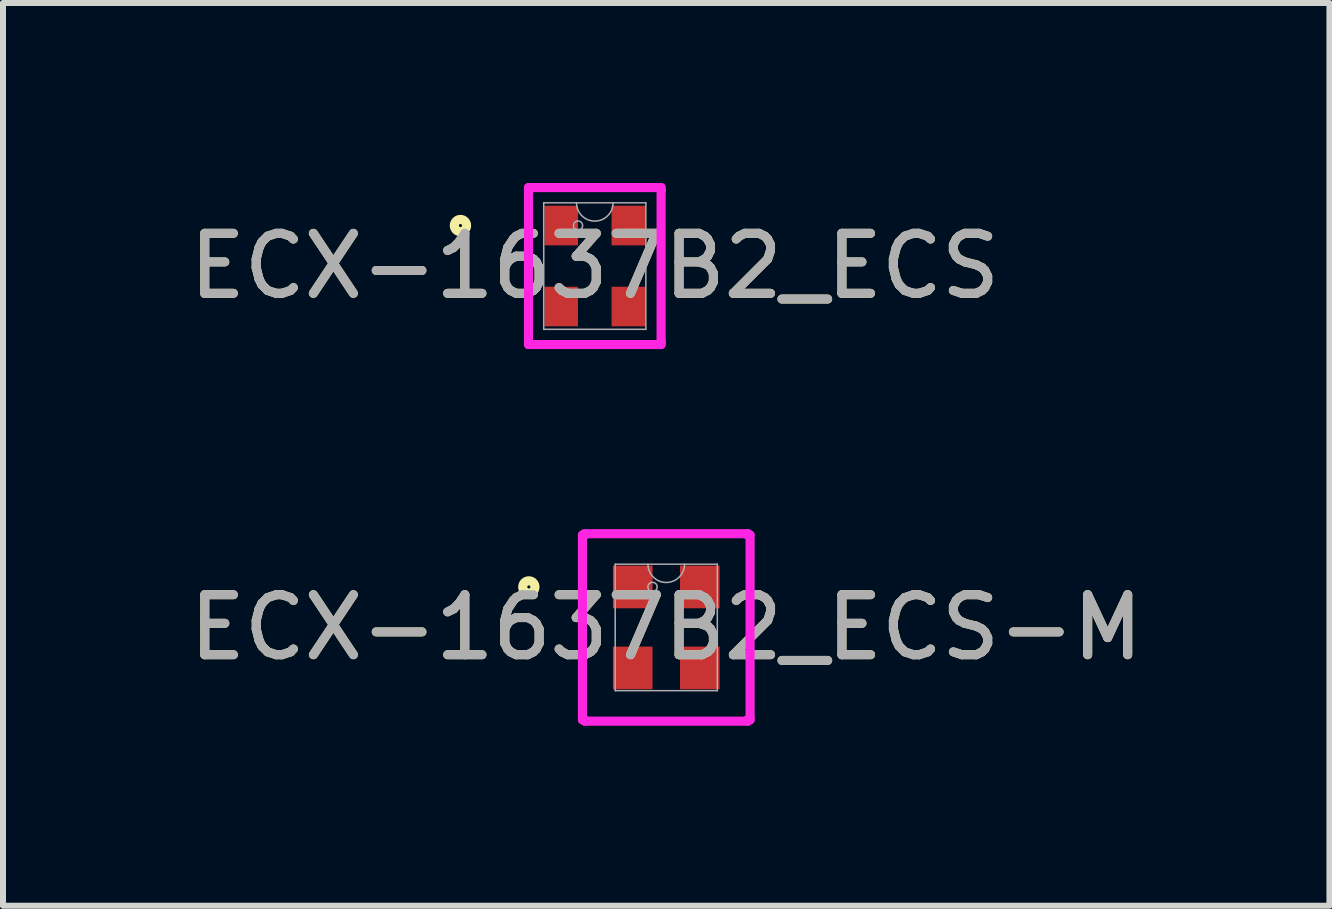
<source format=kicad_pcb>
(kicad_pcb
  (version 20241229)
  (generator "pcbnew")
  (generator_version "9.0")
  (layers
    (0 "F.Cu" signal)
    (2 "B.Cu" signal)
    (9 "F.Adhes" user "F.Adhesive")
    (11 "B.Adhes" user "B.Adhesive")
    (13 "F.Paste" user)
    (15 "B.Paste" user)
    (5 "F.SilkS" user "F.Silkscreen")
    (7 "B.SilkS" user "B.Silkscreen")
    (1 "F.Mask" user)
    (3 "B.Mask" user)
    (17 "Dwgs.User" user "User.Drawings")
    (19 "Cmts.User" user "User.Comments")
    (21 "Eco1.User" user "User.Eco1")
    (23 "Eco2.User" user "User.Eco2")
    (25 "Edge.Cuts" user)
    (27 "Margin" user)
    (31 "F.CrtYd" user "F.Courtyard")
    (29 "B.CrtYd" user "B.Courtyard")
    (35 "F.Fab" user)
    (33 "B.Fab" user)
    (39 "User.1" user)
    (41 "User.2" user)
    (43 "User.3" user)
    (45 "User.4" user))
  (footprint "ECX-1637B2_ECS"
    (layer "F.Cu")
    (at 6.863 1.384)
    (property "Reference" "ECX-1637B2_ECS" (at 0 0 0) (unlocked yes) (layer "F.SilkS") (effects (font (size 1 1) (thickness 0.15))))
    (attr smd)
    (fp_circle (center -2.239 -0.675) (end -2.137 -0.675) (stroke (width 0.152) (type solid)) (fill no) (layer "F.SilkS"))
    (fp_line (start -1.105 -1.308) (end 1.105 -1.308) (stroke (width 0.152) (type solid)) (layer "F.CrtYd"))
    (fp_line (start -1.105 -1.259) (end -1.105 -1.308) (stroke (width 0.152) (type solid)) (layer "F.CrtYd"))
    (fp_line (start -1.105 -1.259) (end -1.105 -1.259) (stroke (width 0.152) (type solid)) (layer "F.CrtYd"))
    (fp_line (start -1.105 1.259) (end -1.105 -1.259) (stroke (width 0.152) (type solid)) (layer "F.CrtYd"))
    (fp_line (start -1.105 1.259) (end -1.105 1.259) (stroke (width 0.152) (type solid)) (layer "F.CrtYd"))
    (fp_line (start -1.105 1.308) (end -1.105 1.259) (stroke (width 0.152) (type solid)) (layer "F.CrtYd"))
    (fp_line (start 1.105 -1.308) (end 1.105 -1.259) (stroke (width 0.152) (type solid)) (layer "F.CrtYd"))
    (fp_line (start 1.105 -1.259) (end 1.105 -1.259) (stroke (width 0.152) (type solid)) (layer "F.CrtYd"))
    (fp_line (start 1.105 -1.259) (end 1.105 1.259) (stroke (width 0.152) (type solid)) (layer "F.CrtYd"))
    (fp_line (start 1.105 1.259) (end 1.105 1.259) (stroke (width 0.152) (type solid)) (layer "F.CrtYd"))
    (fp_line (start 1.105 1.259) (end 1.105 1.308) (stroke (width 0.152) (type solid)) (layer "F.CrtYd"))
    (fp_line (start 1.105 1.308) (end -1.105 1.308) (stroke (width 0.152) (type solid)) (layer "F.CrtYd"))
    (fp_line (start -0.851 -1.054) (end -0.851 1.054) (stroke (width 0.025) (type solid)) (layer "F.Fab"))
    (fp_line (start -0.851 1.054) (end 0.851 1.054) (stroke (width 0.025) (type solid)) (layer "F.Fab"))
    (fp_line (start 0.851 -1.054) (end -0.851 -1.054) (stroke (width 0.025) (type solid)) (layer "F.Fab"))
    (fp_line (start 0.851 1.054) (end 0.851 -1.054) (stroke (width 0.025) (type solid)) (layer "F.Fab"))
    (fp_arc (start 0.3048 -1.0541) (mid 0 -0.7493) (end -0.3048 -1.0541) (stroke (width 0.0254) (type solid)) (layer "F.Fab"))
    (fp_circle (center -0.279 -0.675) (end -0.203 -0.675) (stroke (width 0.025) (type solid)) (fill no) (layer "F.Fab"))
    (fp_text user "${REFERENCE}" (at 0 0 0) (unlocked yes) (layer "F.Fab") (effects (font (size 1 1) (thickness 0.15))))
    (pad "1" smd rect (at -0.559 -0.675) (size 0.559 0.66) (layers "F.Cu" "F.Mask" "F.Paste"))
    (pad "2" smd rect (at -0.559 0.675) (size 0.559 0.66) (layers "F.Cu" "F.Mask" "F.Paste"))
    (pad "3" smd rect (at 0.559 0.675) (size 0.559 0.66) (layers "F.Cu" "F.Mask" "F.Paste"))
    (pad "4" smd rect (at 0.559 -0.675) (size 0.559 0.66) (layers "F.Cu" "F.Mask" "F.Paste")))
  (footprint "ECX-1637B2_ECS-M"
    (layer "F.Cu")
    (at 8.054 7.407)
    (property "Reference" "ECX-1637B2_ECS-M" (at 0 0 0) (unlocked yes) (layer "F.SilkS") (effects (font (size 1 1) (thickness 0.15))))
    (attr smd)
    (fp_circle (center -2.29 -0.675) (end -2.188 -0.675) (stroke (width 0.152) (type solid)) (fill no) (layer "F.SilkS"))
    (fp_line (start -1.397 -1.539) (end -1.359 -1.539) (stroke (width 0.152) (type solid)) (layer "F.CrtYd"))
    (fp_line (start -1.397 1.539) (end -1.397 -1.539) (stroke (width 0.152) (type solid)) (layer "F.CrtYd"))
    (fp_line (start -1.397 1.539) (end -1.359 1.539) (stroke (width 0.152) (type solid)) (layer "F.CrtYd"))
    (fp_line (start -1.359 -1.562) (end 1.359 -1.562) (stroke (width 0.152) (type solid)) (layer "F.CrtYd"))
    (fp_line (start -1.359 -1.539) (end -1.359 -1.562) (stroke (width 0.152) (type solid)) (layer "F.CrtYd"))
    (fp_line (start -1.359 1.562) (end -1.359 1.539) (stroke (width 0.152) (type solid)) (layer "F.CrtYd"))
    (fp_line (start 1.359 -1.562) (end 1.359 -1.539) (stroke (width 0.152) (type solid)) (layer "F.CrtYd"))
    (fp_line (start 1.359 1.539) (end 1.359 1.562) (stroke (width 0.152) (type solid)) (layer "F.CrtYd"))
    (fp_line (start 1.359 1.562) (end -1.359 1.562) (stroke (width 0.152) (type solid)) (layer "F.CrtYd"))
    (fp_line (start 1.397 -1.539) (end 1.359 -1.539) (stroke (width 0.152) (type solid)) (layer "F.CrtYd"))
    (fp_line (start 1.397 -1.539) (end 1.397 1.539) (stroke (width 0.152) (type solid)) (layer "F.CrtYd"))
    (fp_line (start 1.397 1.539) (end 1.359 1.539) (stroke (width 0.152) (type solid)) (layer "F.CrtYd"))
    (fp_line (start -0.851 -1.054) (end -0.851 1.054) (stroke (width 0.025) (type solid)) (layer "F.Fab"))
    (fp_line (start -0.851 1.054) (end 0.851 1.054) (stroke (width 0.025) (type solid)) (layer "F.Fab"))
    (fp_line (start 0.851 -1.054) (end -0.851 -1.054) (stroke (width 0.025) (type solid)) (layer "F.Fab"))
    (fp_line (start 0.851 1.054) (end 0.851 -1.054) (stroke (width 0.025) (type solid)) (layer "F.Fab"))
    (fp_arc (start 0.3048 -1.0541) (mid 0 -0.7493) (end -0.3048 -1.0541) (stroke (width 0.0254) (type solid)) (layer "F.Fab"))
    (fp_circle (center -0.229 -0.675) (end -0.152 -0.675) (stroke (width 0.025) (type solid)) (fill no) (layer "F.Fab"))
    (fp_text user "${REFERENCE}" (at 0 0 0) (unlocked yes) (layer "F.Fab") (effects (font (size 1 1) (thickness 0.15))))
    (pad "1" smd rect (at -0.559 -0.675) (size 0.66 0.711) (layers "F.Cu" "F.Mask" "F.Paste"))
    (pad "2" smd rect (at -0.559 0.675) (size 0.66 0.711) (layers "F.Cu" "F.Mask" "F.Paste"))
    (pad "3" smd rect (at 0.559 0.675) (size 0.66 0.711) (layers "F.Cu" "F.Mask" "F.Paste"))
    (pad "4" smd rect (at 0.559 -0.675) (size 0.66 0.711) (layers "F.Cu" "F.Mask" "F.Paste")))
  (gr_rect
    (start -3 -3)
    (end 19.107 12.045)
    (stroke (width 0.1) (type default))
    (fill no)
    (layer "Edge.Cuts")))
</source>
